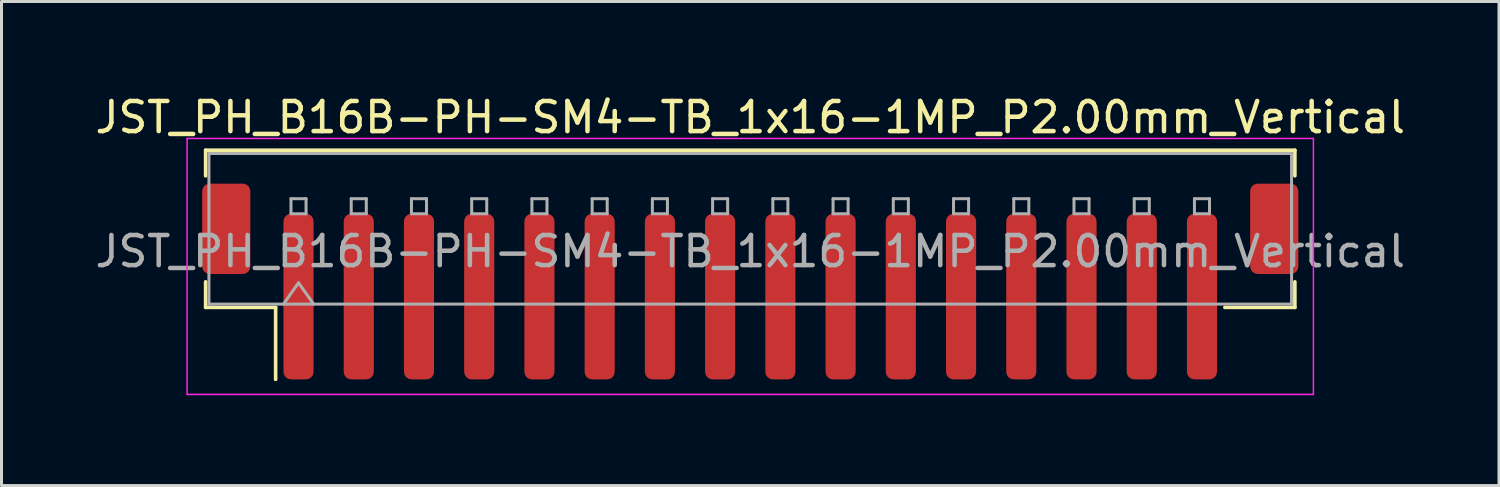
<source format=kicad_pcb>
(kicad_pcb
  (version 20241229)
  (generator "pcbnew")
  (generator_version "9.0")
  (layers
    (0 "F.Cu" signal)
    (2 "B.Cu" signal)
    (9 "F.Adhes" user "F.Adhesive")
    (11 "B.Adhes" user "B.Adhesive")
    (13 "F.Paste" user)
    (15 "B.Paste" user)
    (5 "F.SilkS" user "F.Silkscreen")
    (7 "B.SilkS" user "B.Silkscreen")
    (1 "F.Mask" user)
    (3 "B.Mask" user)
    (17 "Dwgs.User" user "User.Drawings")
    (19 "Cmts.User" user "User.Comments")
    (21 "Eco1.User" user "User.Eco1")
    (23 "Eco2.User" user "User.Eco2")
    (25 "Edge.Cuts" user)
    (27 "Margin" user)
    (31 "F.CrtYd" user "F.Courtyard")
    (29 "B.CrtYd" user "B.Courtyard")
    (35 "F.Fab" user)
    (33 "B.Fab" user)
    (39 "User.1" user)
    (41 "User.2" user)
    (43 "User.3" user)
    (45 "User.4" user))
  (footprint "JST_PH_B16B-PH-SM4-TB_1x16-1MP_P2.00mm_Vertical"
    (layer "F.Cu")
    (at 21.863 6.298)
    (property "Reference" "JST_PH_B16B-PH-SM4-TB_1x16-1MP_P2.00mm_Vertical" (at 0 -5.45 0) (layer "F.SilkS") (effects (font (size 1 1) (thickness 0.15))))
    (attr smd)
    (fp_line (start -18.085 -4.36) (end 18.085 -4.36) (stroke (width 0.12) (type solid)) (layer "F.SilkS"))
    (fp_line (start -18.085 -3.51) (end -18.085 -4.36) (stroke (width 0.12) (type solid)) (layer "F.SilkS"))
    (fp_line (start -18.085 0.01) (end -18.085 0.86) (stroke (width 0.12) (type solid)) (layer "F.SilkS"))
    (fp_line (start -18.085 0.86) (end -15.76 0.86) (stroke (width 0.12) (type solid)) (layer "F.SilkS"))
    (fp_line (start -15.76 0.86) (end -15.76 3.25) (stroke (width 0.12) (type solid)) (layer "F.SilkS"))
    (fp_line (start 18.085 -4.36) (end 18.085 -3.51) (stroke (width 0.12) (type solid)) (layer "F.SilkS"))
    (fp_line (start 18.085 0.01) (end 18.085 0.86) (stroke (width 0.12) (type solid)) (layer "F.SilkS"))
    (fp_line (start 18.085 0.86) (end 15.76 0.86) (stroke (width 0.12) (type solid)) (layer "F.SilkS"))
    (fp_line (start -18.7 -4.75) (end -18.7 3.75) (stroke (width 0.05) (type solid)) (layer "F.CrtYd"))
    (fp_line (start -18.7 3.75) (end 18.7 3.75) (stroke (width 0.05) (type solid)) (layer "F.CrtYd"))
    (fp_line (start 18.7 -4.75) (end -18.7 -4.75) (stroke (width 0.05) (type solid)) (layer "F.CrtYd"))
    (fp_line (start 18.7 3.75) (end 18.7 -4.75) (stroke (width 0.05) (type solid)) (layer "F.CrtYd"))
    (fp_line (start -17.975 -4.25) (end 17.975 -4.25) (stroke (width 0.1) (type solid)) (layer "F.Fab"))
    (fp_line (start -17.975 0.75) (end -17.975 -4.25) (stroke (width 0.1) (type solid)) (layer "F.Fab"))
    (fp_line (start -17.975 0.75) (end 17.975 0.75) (stroke (width 0.1) (type solid)) (layer "F.Fab"))
    (fp_line (start -15.5 0.75) (end -15 0.043) (stroke (width 0.1) (type solid)) (layer "F.Fab"))
    (fp_line (start -15.25 -2.75) (end -15.25 -2.25) (stroke (width 0.1) (type solid)) (layer "F.Fab"))
    (fp_line (start -15.25 -2.25) (end -14.75 -2.25) (stroke (width 0.1) (type solid)) (layer "F.Fab"))
    (fp_line (start -15 0.043) (end -14.5 0.75) (stroke (width 0.1) (type solid)) (layer "F.Fab"))
    (fp_line (start -14.75 -2.75) (end -15.25 -2.75) (stroke (width 0.1) (type solid)) (layer "F.Fab"))
    (fp_line (start -14.75 -2.25) (end -14.75 -2.75) (stroke (width 0.1) (type solid)) (layer "F.Fab"))
    (fp_line (start -13.25 -2.75) (end -13.25 -2.25) (stroke (width 0.1) (type solid)) (layer "F.Fab"))
    (fp_line (start -13.25 -2.25) (end -12.75 -2.25) (stroke (width 0.1) (type solid)) (layer "F.Fab"))
    (fp_line (start -12.75 -2.75) (end -13.25 -2.75) (stroke (width 0.1) (type solid)) (layer "F.Fab"))
    (fp_line (start -12.75 -2.25) (end -12.75 -2.75) (stroke (width 0.1) (type solid)) (layer "F.Fab"))
    (fp_line (start -11.25 -2.75) (end -11.25 -2.25) (stroke (width 0.1) (type solid)) (layer "F.Fab"))
    (fp_line (start -11.25 -2.25) (end -10.75 -2.25) (stroke (width 0.1) (type solid)) (layer "F.Fab"))
    (fp_line (start -10.75 -2.75) (end -11.25 -2.75) (stroke (width 0.1) (type solid)) (layer "F.Fab"))
    (fp_line (start -10.75 -2.25) (end -10.75 -2.75) (stroke (width 0.1) (type solid)) (layer "F.Fab"))
    (fp_line (start -9.25 -2.75) (end -9.25 -2.25) (stroke (width 0.1) (type solid)) (layer "F.Fab"))
    (fp_line (start -9.25 -2.25) (end -8.75 -2.25) (stroke (width 0.1) (type solid)) (layer "F.Fab"))
    (fp_line (start -8.75 -2.75) (end -9.25 -2.75) (stroke (width 0.1) (type solid)) (layer "F.Fab"))
    (fp_line (start -8.75 -2.25) (end -8.75 -2.75) (stroke (width 0.1) (type solid)) (layer "F.Fab"))
    (fp_line (start -7.25 -2.75) (end -7.25 -2.25) (stroke (width 0.1) (type solid)) (layer "F.Fab"))
    (fp_line (start -7.25 -2.25) (end -6.75 -2.25) (stroke (width 0.1) (type solid)) (layer "F.Fab"))
    (fp_line (start -6.75 -2.75) (end -7.25 -2.75) (stroke (width 0.1) (type solid)) (layer "F.Fab"))
    (fp_line (start -6.75 -2.25) (end -6.75 -2.75) (stroke (width 0.1) (type solid)) (layer "F.Fab"))
    (fp_line (start -5.25 -2.75) (end -5.25 -2.25) (stroke (width 0.1) (type solid)) (layer "F.Fab"))
    (fp_line (start -5.25 -2.25) (end -4.75 -2.25) (stroke (width 0.1) (type solid)) (layer "F.Fab"))
    (fp_line (start -4.75 -2.75) (end -5.25 -2.75) (stroke (width 0.1) (type solid)) (layer "F.Fab"))
    (fp_line (start -4.75 -2.25) (end -4.75 -2.75) (stroke (width 0.1) (type solid)) (layer "F.Fab"))
    (fp_line (start -3.25 -2.75) (end -3.25 -2.25) (stroke (width 0.1) (type solid)) (layer "F.Fab"))
    (fp_line (start -3.25 -2.25) (end -2.75 -2.25) (stroke (width 0.1) (type solid)) (layer "F.Fab"))
    (fp_line (start -2.75 -2.75) (end -3.25 -2.75) (stroke (width 0.1) (type solid)) (layer "F.Fab"))
    (fp_line (start -2.75 -2.25) (end -2.75 -2.75) (stroke (width 0.1) (type solid)) (layer "F.Fab"))
    (fp_line (start -1.25 -2.75) (end -1.25 -2.25) (stroke (width 0.1) (type solid)) (layer "F.Fab"))
    (fp_line (start -1.25 -2.25) (end -0.75 -2.25) (stroke (width 0.1) (type solid)) (layer "F.Fab"))
    (fp_line (start -0.75 -2.75) (end -1.25 -2.75) (stroke (width 0.1) (type solid)) (layer "F.Fab"))
    (fp_line (start -0.75 -2.25) (end -0.75 -2.75) (stroke (width 0.1) (type solid)) (layer "F.Fab"))
    (fp_line (start 0.75 -2.75) (end 0.75 -2.25) (stroke (width 0.1) (type solid)) (layer "F.Fab"))
    (fp_line (start 0.75 -2.25) (end 1.25 -2.25) (stroke (width 0.1) (type solid)) (layer "F.Fab"))
    (fp_line (start 1.25 -2.75) (end 0.75 -2.75) (stroke (width 0.1) (type solid)) (layer "F.Fab"))
    (fp_line (start 1.25 -2.25) (end 1.25 -2.75) (stroke (width 0.1) (type solid)) (layer "F.Fab"))
    (fp_line (start 2.75 -2.75) (end 2.75 -2.25) (stroke (width 0.1) (type solid)) (layer "F.Fab"))
    (fp_line (start 2.75 -2.25) (end 3.25 -2.25) (stroke (width 0.1) (type solid)) (layer "F.Fab"))
    (fp_line (start 3.25 -2.75) (end 2.75 -2.75) (stroke (width 0.1) (type solid)) (layer "F.Fab"))
    (fp_line (start 3.25 -2.25) (end 3.25 -2.75) (stroke (width 0.1) (type solid)) (layer "F.Fab"))
    (fp_line (start 4.75 -2.75) (end 4.75 -2.25) (stroke (width 0.1) (type solid)) (layer "F.Fab"))
    (fp_line (start 4.75 -2.25) (end 5.25 -2.25) (stroke (width 0.1) (type solid)) (layer "F.Fab"))
    (fp_line (start 5.25 -2.75) (end 4.75 -2.75) (stroke (width 0.1) (type solid)) (layer "F.Fab"))
    (fp_line (start 5.25 -2.25) (end 5.25 -2.75) (stroke (width 0.1) (type solid)) (layer "F.Fab"))
    (fp_line (start 6.75 -2.75) (end 6.75 -2.25) (stroke (width 0.1) (type solid)) (layer "F.Fab"))
    (fp_line (start 6.75 -2.25) (end 7.25 -2.25) (stroke (width 0.1) (type solid)) (layer "F.Fab"))
    (fp_line (start 7.25 -2.75) (end 6.75 -2.75) (stroke (width 0.1) (type solid)) (layer "F.Fab"))
    (fp_line (start 7.25 -2.25) (end 7.25 -2.75) (stroke (width 0.1) (type solid)) (layer "F.Fab"))
    (fp_line (start 8.75 -2.75) (end 8.75 -2.25) (stroke (width 0.1) (type solid)) (layer "F.Fab"))
    (fp_line (start 8.75 -2.25) (end 9.25 -2.25) (stroke (width 0.1) (type solid)) (layer "F.Fab"))
    (fp_line (start 9.25 -2.75) (end 8.75 -2.75) (stroke (width 0.1) (type solid)) (layer "F.Fab"))
    (fp_line (start 9.25 -2.25) (end 9.25 -2.75) (stroke (width 0.1) (type solid)) (layer "F.Fab"))
    (fp_line (start 10.75 -2.75) (end 10.75 -2.25) (stroke (width 0.1) (type solid)) (layer "F.Fab"))
    (fp_line (start 10.75 -2.25) (end 11.25 -2.25) (stroke (width 0.1) (type solid)) (layer "F.Fab"))
    (fp_line (start 11.25 -2.75) (end 10.75 -2.75) (stroke (width 0.1) (type solid)) (layer "F.Fab"))
    (fp_line (start 11.25 -2.25) (end 11.25 -2.75) (stroke (width 0.1) (type solid)) (layer "F.Fab"))
    (fp_line (start 12.75 -2.75) (end 12.75 -2.25) (stroke (width 0.1) (type solid)) (layer "F.Fab"))
    (fp_line (start 12.75 -2.25) (end 13.25 -2.25) (stroke (width 0.1) (type solid)) (layer "F.Fab"))
    (fp_line (start 13.25 -2.75) (end 12.75 -2.75) (stroke (width 0.1) (type solid)) (layer "F.Fab"))
    (fp_line (start 13.25 -2.25) (end 13.25 -2.75) (stroke (width 0.1) (type solid)) (layer "F.Fab"))
    (fp_line (start 14.75 -2.75) (end 14.75 -2.25) (stroke (width 0.1) (type solid)) (layer "F.Fab"))
    (fp_line (start 14.75 -2.25) (end 15.25 -2.25) (stroke (width 0.1) (type solid)) (layer "F.Fab"))
    (fp_line (start 15.25 -2.75) (end 14.75 -2.75) (stroke (width 0.1) (type solid)) (layer "F.Fab"))
    (fp_line (start 15.25 -2.25) (end 15.25 -2.75) (stroke (width 0.1) (type solid)) (layer "F.Fab"))
    (fp_line (start 17.975 0.75) (end 17.975 -4.25) (stroke (width 0.1) (type solid)) (layer "F.Fab"))
    (fp_text user "${REFERENCE}" (at 0 -1 0) (layer "F.Fab") (effects (font (size 1 1) (thickness 0.15))))
    (pad "1" smd roundrect (at -15 0.5) (size 1 5.5) (layers "F.Cu" "F.Mask" "F.Paste") (roundrect_rratio 0.25))
    (pad "2" smd roundrect (at -13 0.5) (size 1 5.5) (layers "F.Cu" "F.Mask" "F.Paste") (roundrect_rratio 0.25))
    (pad "3" smd roundrect (at -11 0.5) (size 1 5.5) (layers "F.Cu" "F.Mask" "F.Paste") (roundrect_rratio 0.25))
    (pad "4" smd roundrect (at -9 0.5) (size 1 5.5) (layers "F.Cu" "F.Mask" "F.Paste") (roundrect_rratio 0.25))
    (pad "5" smd roundrect (at -7 0.5) (size 1 5.5) (layers "F.Cu" "F.Mask" "F.Paste") (roundrect_rratio 0.25))
    (pad "6" smd roundrect (at -5 0.5) (size 1 5.5) (layers "F.Cu" "F.Mask" "F.Paste") (roundrect_rratio 0.25))
    (pad "7" smd roundrect (at -3 0.5) (size 1 5.5) (layers "F.Cu" "F.Mask" "F.Paste") (roundrect_rratio 0.25))
    (pad "8" smd roundrect (at -1 0.5) (size 1 5.5) (layers "F.Cu" "F.Mask" "F.Paste") (roundrect_rratio 0.25))
    (pad "9" smd roundrect (at 1 0.5) (size 1 5.5) (layers "F.Cu" "F.Mask" "F.Paste") (roundrect_rratio 0.25))
    (pad "10" smd roundrect (at 3 0.5) (size 1 5.5) (layers "F.Cu" "F.Mask" "F.Paste") (roundrect_rratio 0.25))
    (pad "11" smd roundrect (at 5 0.5) (size 1 5.5) (layers "F.Cu" "F.Mask" "F.Paste") (roundrect_rratio 0.25))
    (pad "12" smd roundrect (at 7 0.5) (size 1 5.5) (layers "F.Cu" "F.Mask" "F.Paste") (roundrect_rratio 0.25))
    (pad "13" smd roundrect (at 9 0.5) (size 1 5.5) (layers "F.Cu" "F.Mask" "F.Paste") (roundrect_rratio 0.25))
    (pad "14" smd roundrect (at 11 0.5) (size 1 5.5) (layers "F.Cu" "F.Mask" "F.Paste") (roundrect_rratio 0.25))
    (pad "15" smd roundrect (at 13 0.5) (size 1 5.5) (layers "F.Cu" "F.Mask" "F.Paste") (roundrect_rratio 0.25))
    (pad "16" smd roundrect (at 15 0.5) (size 1 5.5) (layers "F.Cu" "F.Mask" "F.Paste") (roundrect_rratio 0.25))
    (pad "MP" smd roundrect (at -17.4 -1.75) (size 1.6 3) (layers "F.Cu" "F.Mask" "F.Paste") (roundrect_rratio 0.156))
    (pad "MP" smd roundrect (at 17.4 -1.75) (size 1.6 3) (layers "F.Cu" "F.Mask" "F.Paste") (roundrect_rratio 0.156)))
  (gr_rect
    (start -3 -3)
    (end 46.726 13.073)
    (stroke (width 0.1) (type default))
    (fill no)
    (layer "Edge.Cuts")))
</source>
